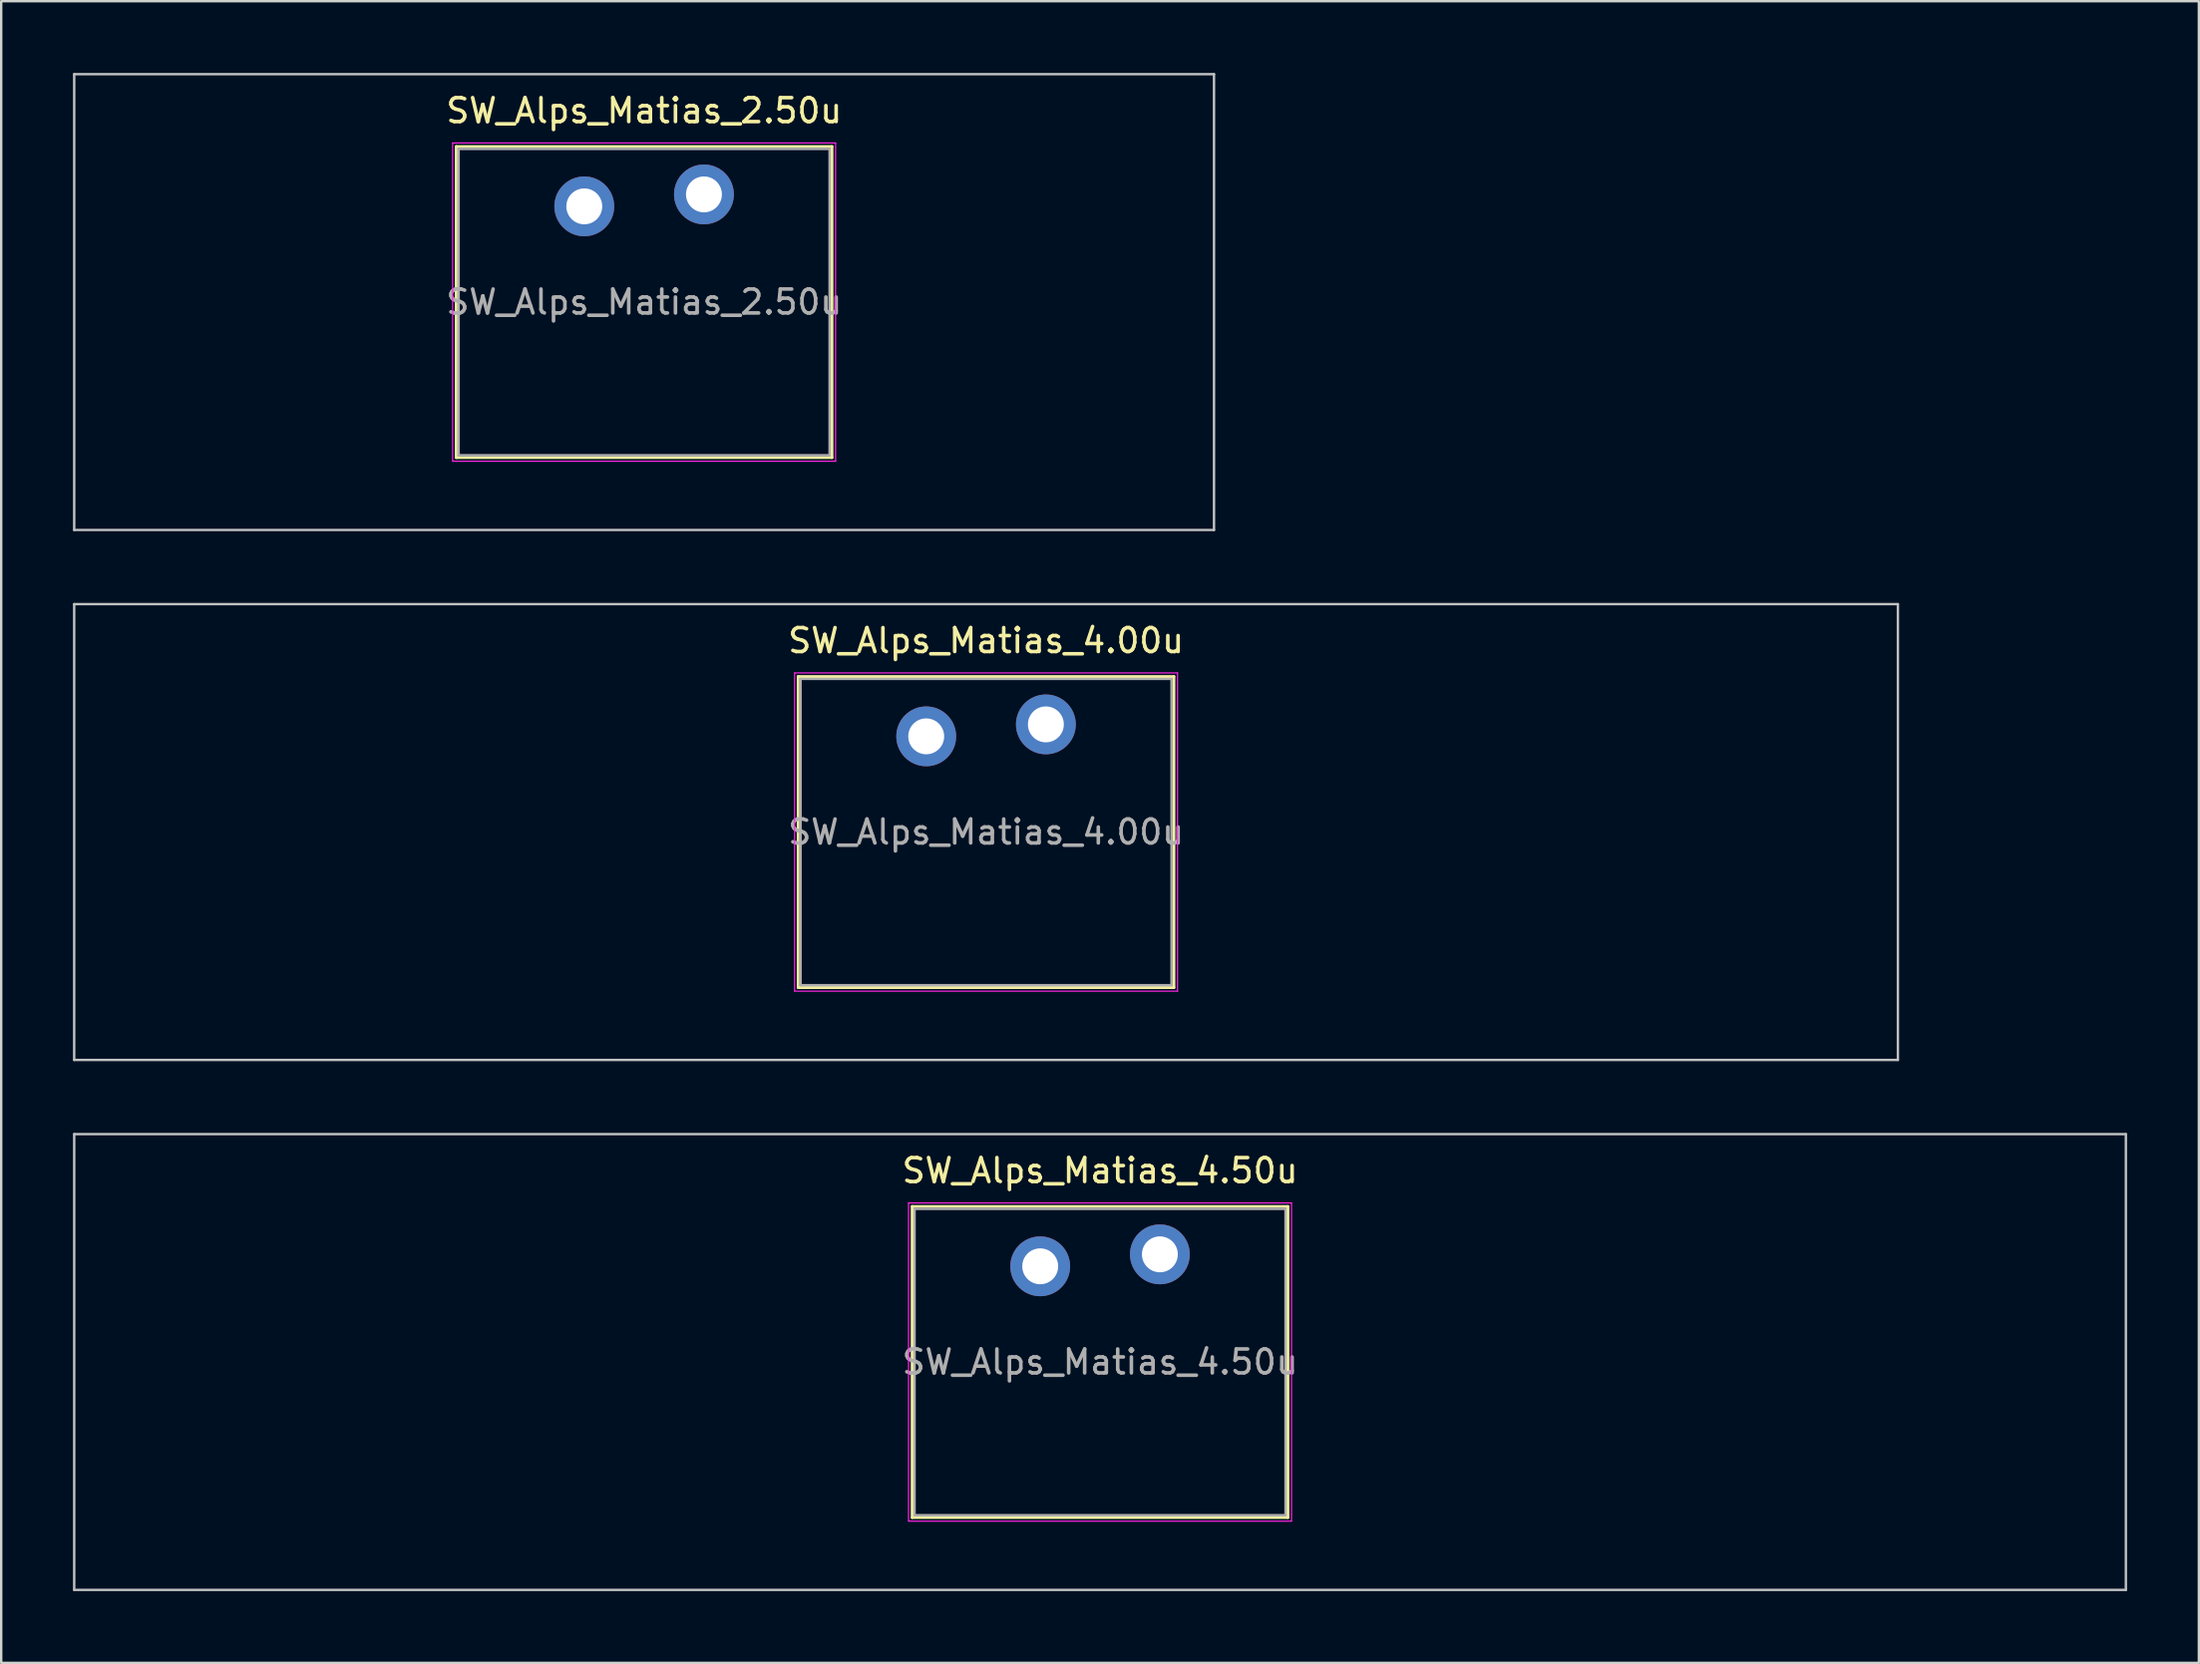
<source format=kicad_pcb>
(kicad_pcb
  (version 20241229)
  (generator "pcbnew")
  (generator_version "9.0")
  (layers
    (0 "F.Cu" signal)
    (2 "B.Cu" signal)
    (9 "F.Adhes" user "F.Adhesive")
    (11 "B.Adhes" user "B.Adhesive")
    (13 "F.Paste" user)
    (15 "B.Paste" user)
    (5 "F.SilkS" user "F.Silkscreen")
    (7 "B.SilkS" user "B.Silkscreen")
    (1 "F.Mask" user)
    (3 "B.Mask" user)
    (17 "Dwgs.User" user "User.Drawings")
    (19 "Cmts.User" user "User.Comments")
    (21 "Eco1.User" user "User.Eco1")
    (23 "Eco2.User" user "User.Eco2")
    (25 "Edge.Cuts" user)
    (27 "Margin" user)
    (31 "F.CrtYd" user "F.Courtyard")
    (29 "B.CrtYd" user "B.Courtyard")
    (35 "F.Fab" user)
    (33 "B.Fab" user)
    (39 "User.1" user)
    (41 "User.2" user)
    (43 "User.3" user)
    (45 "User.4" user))
  (footprint "SW_Alps_Matias_2.50u"
    (layer "F.Cu")
    (at 23.863 9.575)
    (property "Reference" "SW_Alps_Matias_2.50u" (at 0 -8 0) (layer "F.SilkS") (effects (font (size 1 1) (thickness 0.15))))
    (attr through_hole)
    (fp_line (start -7.85 -6.5) (end -7.85 6.5) (stroke (width 0.12) (type solid)) (layer "F.SilkS"))
    (fp_line (start -7.85 6.5) (end 7.85 6.5) (stroke (width 0.12) (type solid)) (layer "F.SilkS"))
    (fp_line (start 7.85 -6.5) (end -7.85 -6.5) (stroke (width 0.12) (type solid)) (layer "F.SilkS"))
    (fp_line (start 7.85 6.5) (end 7.85 -6.5) (stroke (width 0.12) (type solid)) (layer "F.SilkS"))
    (fp_line (start -23.812 -9.525) (end -23.812 9.525) (stroke (width 0.1) (type solid)) (layer "Dwgs.User"))
    (fp_line (start -23.812 9.525) (end 23.812 9.525) (stroke (width 0.1) (type solid)) (layer "Dwgs.User"))
    (fp_line (start 23.812 -9.525) (end -23.812 -9.525) (stroke (width 0.1) (type solid)) (layer "Dwgs.User"))
    (fp_line (start 23.812 9.525) (end 23.812 -9.525) (stroke (width 0.1) (type solid)) (layer "Dwgs.User"))
    (fp_line (start -7.75 -6.4) (end -7.75 6.4) (stroke (width 0.1) (type solid)) (layer "Eco1.User"))
    (fp_line (start -7.75 6.4) (end 7.75 6.4) (stroke (width 0.1) (type solid)) (layer "Eco1.User"))
    (fp_line (start 7.75 -6.4) (end -7.75 -6.4) (stroke (width 0.1) (type solid)) (layer "Eco1.User"))
    (fp_line (start 7.75 6.4) (end 7.75 -6.4) (stroke (width 0.1) (type solid)) (layer "Eco1.User"))
    (fp_line (start -8 -6.65) (end -8 6.65) (stroke (width 0.05) (type solid)) (layer "F.CrtYd"))
    (fp_line (start -8 6.65) (end 8 6.65) (stroke (width 0.05) (type solid)) (layer "F.CrtYd"))
    (fp_line (start 8 -6.65) (end -8 -6.65) (stroke (width 0.05) (type solid)) (layer "F.CrtYd"))
    (fp_line (start 8 6.65) (end 8 -6.65) (stroke (width 0.05) (type solid)) (layer "F.CrtYd"))
    (fp_line (start -7.75 -6.4) (end -7.75 6.4) (stroke (width 0.1) (type solid)) (layer "F.Fab"))
    (fp_line (start -7.75 6.4) (end 7.75 6.4) (stroke (width 0.1) (type solid)) (layer "F.Fab"))
    (fp_line (start 7.75 -6.4) (end -7.75 -6.4) (stroke (width 0.1) (type solid)) (layer "F.Fab"))
    (fp_line (start 7.75 6.4) (end 7.75 -6.4) (stroke (width 0.1) (type solid)) (layer "F.Fab"))
    (fp_text user "${REFERENCE}" (at 0 0 0) (layer "F.Fab") (effects (font (size 1 1) (thickness 0.15))))
    (pad "" smd circle (at -2.5 -4) (size 1.55 1.55) (layers "F.Mask"))
    (pad "" smd circle (at 2.5 -4.5) (size 1.55 1.55) (layers "F.Mask"))
    (pad "1" thru_hole circle (at -2.5 -4) (size 2.5 2.5) (drill 1.5) (layers "*.Cu" "B.Mask"))
    (pad "2" thru_hole circle (at 2.5 -4.5) (size 2.5 2.5) (drill 1.5) (layers "*.Cu" "B.Mask")))
  (footprint "SW_Alps_Matias_4.00u"
    (layer "F.Cu")
    (at 38.15 31.725)
    (property "Reference" "SW_Alps_Matias_4.00u" (at 0 -8 0) (layer "F.SilkS") (effects (font (size 1 1) (thickness 0.15))))
    (attr through_hole)
    (fp_line (start -7.85 -6.5) (end -7.85 6.5) (stroke (width 0.12) (type solid)) (layer "F.SilkS"))
    (fp_line (start -7.85 6.5) (end 7.85 6.5) (stroke (width 0.12) (type solid)) (layer "F.SilkS"))
    (fp_line (start 7.85 -6.5) (end -7.85 -6.5) (stroke (width 0.12) (type solid)) (layer "F.SilkS"))
    (fp_line (start 7.85 6.5) (end 7.85 -6.5) (stroke (width 0.12) (type solid)) (layer "F.SilkS"))
    (fp_line (start -38.1 -9.525) (end -38.1 9.525) (stroke (width 0.1) (type solid)) (layer "Dwgs.User"))
    (fp_line (start -38.1 9.525) (end 38.1 9.525) (stroke (width 0.1) (type solid)) (layer "Dwgs.User"))
    (fp_line (start 38.1 -9.525) (end -38.1 -9.525) (stroke (width 0.1) (type solid)) (layer "Dwgs.User"))
    (fp_line (start 38.1 9.525) (end 38.1 -9.525) (stroke (width 0.1) (type solid)) (layer "Dwgs.User"))
    (fp_line (start -7.75 -6.4) (end -7.75 6.4) (stroke (width 0.1) (type solid)) (layer "Eco1.User"))
    (fp_line (start -7.75 6.4) (end 7.75 6.4) (stroke (width 0.1) (type solid)) (layer "Eco1.User"))
    (fp_line (start 7.75 -6.4) (end -7.75 -6.4) (stroke (width 0.1) (type solid)) (layer "Eco1.User"))
    (fp_line (start 7.75 6.4) (end 7.75 -6.4) (stroke (width 0.1) (type solid)) (layer "Eco1.User"))
    (fp_line (start -8 -6.65) (end -8 6.65) (stroke (width 0.05) (type solid)) (layer "F.CrtYd"))
    (fp_line (start -8 6.65) (end 8 6.65) (stroke (width 0.05) (type solid)) (layer "F.CrtYd"))
    (fp_line (start 8 -6.65) (end -8 -6.65) (stroke (width 0.05) (type solid)) (layer "F.CrtYd"))
    (fp_line (start 8 6.65) (end 8 -6.65) (stroke (width 0.05) (type solid)) (layer "F.CrtYd"))
    (fp_line (start -7.75 -6.4) (end -7.75 6.4) (stroke (width 0.1) (type solid)) (layer "F.Fab"))
    (fp_line (start -7.75 6.4) (end 7.75 6.4) (stroke (width 0.1) (type solid)) (layer "F.Fab"))
    (fp_line (start 7.75 -6.4) (end -7.75 -6.4) (stroke (width 0.1) (type solid)) (layer "F.Fab"))
    (fp_line (start 7.75 6.4) (end 7.75 -6.4) (stroke (width 0.1) (type solid)) (layer "F.Fab"))
    (fp_text user "${REFERENCE}" (at 0 0 0) (layer "F.Fab") (effects (font (size 1 1) (thickness 0.15))))
    (pad "" smd circle (at -2.5 -4) (size 1.55 1.55) (layers "F.Mask"))
    (pad "" smd circle (at 2.5 -4.5) (size 1.55 1.55) (layers "F.Mask"))
    (pad "1" thru_hole circle (at -2.5 -4) (size 2.5 2.5) (drill 1.5) (layers "*.Cu" "B.Mask"))
    (pad "2" thru_hole circle (at 2.5 -4.5) (size 2.5 2.5) (drill 1.5) (layers "*.Cu" "B.Mask")))
  (footprint "SW_Alps_Matias_4.50u"
    (layer "F.Cu")
    (at 42.913 53.875)
    (property "Reference" "SW_Alps_Matias_4.50u" (at 0 -8 0) (layer "F.SilkS") (effects (font (size 1 1) (thickness 0.15))))
    (attr through_hole)
    (fp_line (start -7.85 -6.5) (end -7.85 6.5) (stroke (width 0.12) (type solid)) (layer "F.SilkS"))
    (fp_line (start -7.85 6.5) (end 7.85 6.5) (stroke (width 0.12) (type solid)) (layer "F.SilkS"))
    (fp_line (start 7.85 -6.5) (end -7.85 -6.5) (stroke (width 0.12) (type solid)) (layer "F.SilkS"))
    (fp_line (start 7.85 6.5) (end 7.85 -6.5) (stroke (width 0.12) (type solid)) (layer "F.SilkS"))
    (fp_line (start -42.862 -9.525) (end -42.862 9.525) (stroke (width 0.1) (type solid)) (layer "Dwgs.User"))
    (fp_line (start -42.862 9.525) (end 42.862 9.525) (stroke (width 0.1) (type solid)) (layer "Dwgs.User"))
    (fp_line (start 42.862 -9.525) (end -42.862 -9.525) (stroke (width 0.1) (type solid)) (layer "Dwgs.User"))
    (fp_line (start 42.862 9.525) (end 42.862 -9.525) (stroke (width 0.1) (type solid)) (layer "Dwgs.User"))
    (fp_line (start -7.75 -6.4) (end -7.75 6.4) (stroke (width 0.1) (type solid)) (layer "Eco1.User"))
    (fp_line (start -7.75 6.4) (end 7.75 6.4) (stroke (width 0.1) (type solid)) (layer "Eco1.User"))
    (fp_line (start 7.75 -6.4) (end -7.75 -6.4) (stroke (width 0.1) (type solid)) (layer "Eco1.User"))
    (fp_line (start 7.75 6.4) (end 7.75 -6.4) (stroke (width 0.1) (type solid)) (layer "Eco1.User"))
    (fp_line (start -8 -6.65) (end -8 6.65) (stroke (width 0.05) (type solid)) (layer "F.CrtYd"))
    (fp_line (start -8 6.65) (end 8 6.65) (stroke (width 0.05) (type solid)) (layer "F.CrtYd"))
    (fp_line (start 8 -6.65) (end -8 -6.65) (stroke (width 0.05) (type solid)) (layer "F.CrtYd"))
    (fp_line (start 8 6.65) (end 8 -6.65) (stroke (width 0.05) (type solid)) (layer "F.CrtYd"))
    (fp_line (start -7.75 -6.4) (end -7.75 6.4) (stroke (width 0.1) (type solid)) (layer "F.Fab"))
    (fp_line (start -7.75 6.4) (end 7.75 6.4) (stroke (width 0.1) (type solid)) (layer "F.Fab"))
    (fp_line (start 7.75 -6.4) (end -7.75 -6.4) (stroke (width 0.1) (type solid)) (layer "F.Fab"))
    (fp_line (start 7.75 6.4) (end 7.75 -6.4) (stroke (width 0.1) (type solid)) (layer "F.Fab"))
    (fp_text user "${REFERENCE}" (at 0 0 0) (layer "F.Fab") (effects (font (size 1 1) (thickness 0.15))))
    (pad "" smd circle (at -2.5 -4) (size 1.55 1.55) (layers "F.Mask"))
    (pad "" smd circle (at 2.5 -4.5) (size 1.55 1.55) (layers "F.Mask"))
    (pad "1" thru_hole circle (at -2.5 -4) (size 2.5 2.5) (drill 1.5) (layers "*.Cu" "B.Mask"))
    (pad "2" thru_hole circle (at 2.5 -4.5) (size 2.5 2.5) (drill 1.5) (layers "*.Cu" "B.Mask")))
  (gr_rect
    (start -3 -3)
    (end 88.825 66.45)
    (stroke (width 0.1) (type default))
    (fill no)
    (layer "Edge.Cuts")))
</source>
